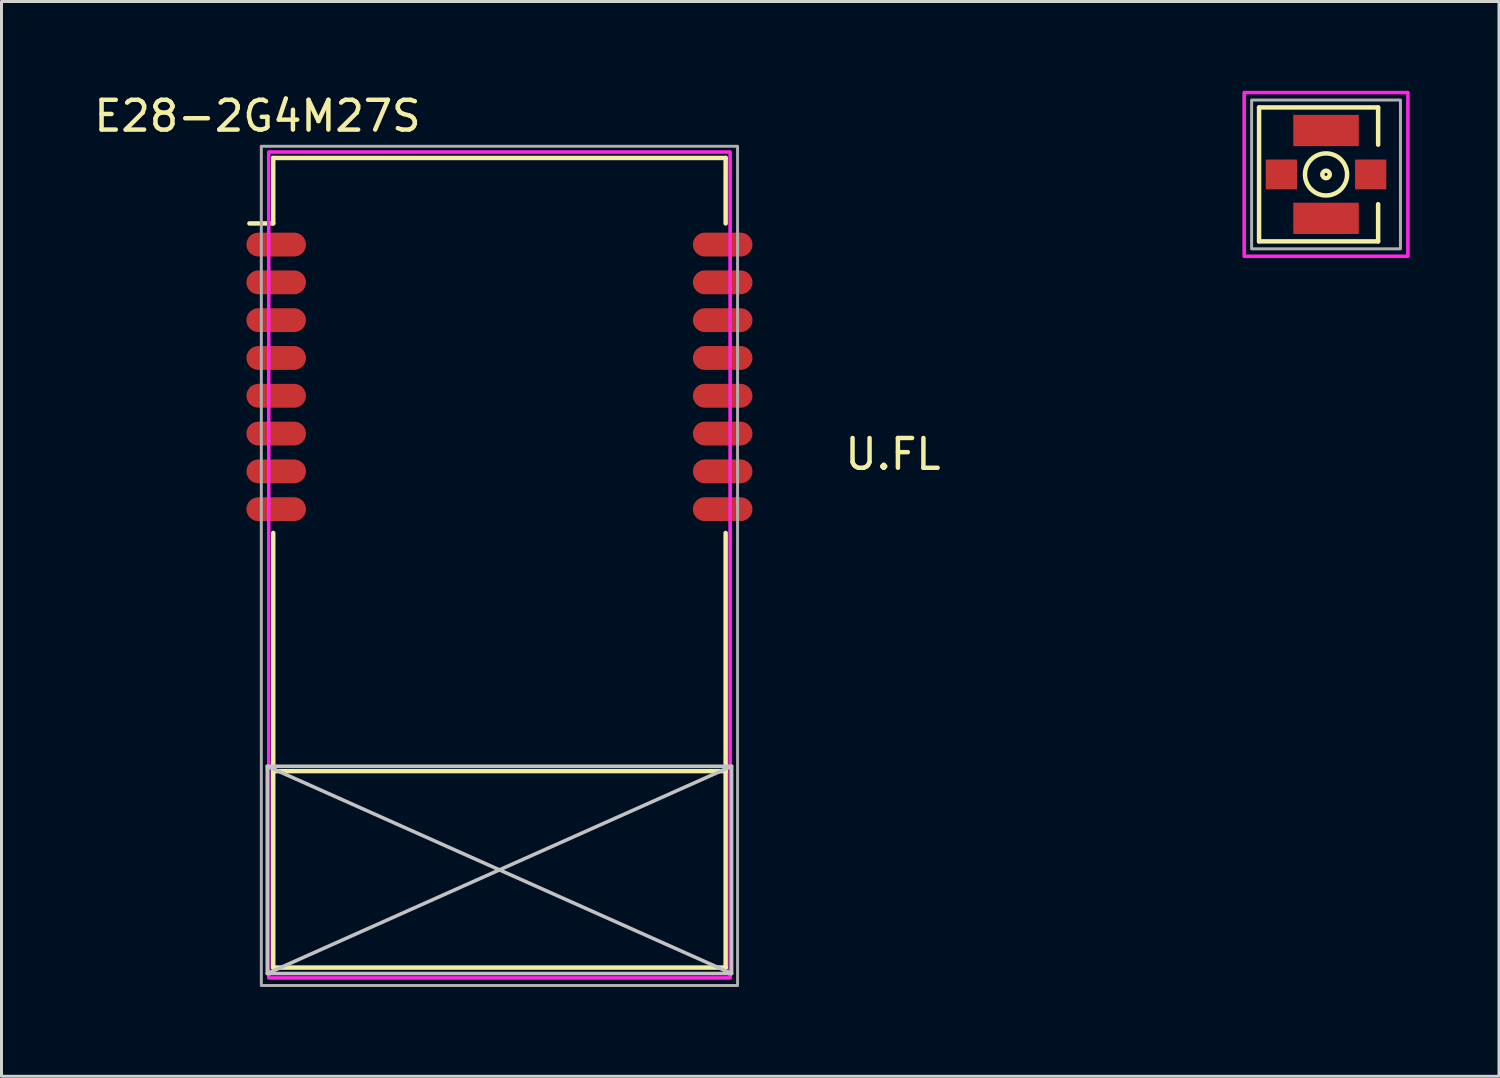
<source format=kicad_pcb>
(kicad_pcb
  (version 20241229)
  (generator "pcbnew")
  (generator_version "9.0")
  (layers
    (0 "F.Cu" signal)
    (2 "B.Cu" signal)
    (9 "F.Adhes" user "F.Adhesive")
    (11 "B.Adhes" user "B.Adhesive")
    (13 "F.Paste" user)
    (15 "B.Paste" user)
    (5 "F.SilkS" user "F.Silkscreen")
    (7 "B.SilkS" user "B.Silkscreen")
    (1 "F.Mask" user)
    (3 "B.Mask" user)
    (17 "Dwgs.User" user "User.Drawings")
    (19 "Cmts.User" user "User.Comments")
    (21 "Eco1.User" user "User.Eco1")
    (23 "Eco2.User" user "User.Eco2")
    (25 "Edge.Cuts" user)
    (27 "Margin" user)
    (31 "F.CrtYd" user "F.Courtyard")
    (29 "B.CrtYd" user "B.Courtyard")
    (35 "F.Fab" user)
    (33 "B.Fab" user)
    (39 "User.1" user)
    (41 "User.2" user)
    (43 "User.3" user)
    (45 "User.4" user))
  (footprint "E28-2G4M27S"
    (layer "F.Cu")
    (at 13.729 14.056)
    (property "Reference" "E28-2G4M27S" (at -8.128 -13.208 0) (unlocked yes) (layer "F.SilkS") (effects (font (size 1 1) (thickness 0.15))))
    (attr through_hole)
    (fp_line (start -7.6 -11.8) (end 7.6 -11.8) (stroke (width 0.15) (type solid)) (layer "F.SilkS"))
    (fp_line (start -7.6 -9.6) (end -8.4 -9.6) (stroke (width 0.15) (type solid)) (layer "F.SilkS"))
    (fp_line (start -7.6 -9.6) (end -7.6 -11.8) (stroke (width 0.15) (type solid)) (layer "F.SilkS"))
    (fp_line (start -7.6 0.8) (end -7.6 15.4) (stroke (width 0.15) (type solid)) (layer "F.SilkS"))
    (fp_line (start -7.6 15.4) (end 7.6 15.4) (stroke (width 0.15) (type solid)) (layer "F.SilkS"))
    (fp_line (start 7.6 -11.8) (end 7.6 -9.6) (stroke (width 0.15) (type solid)) (layer "F.SilkS"))
    (fp_line (start 7.6 8.8) (end -7.6 8.8) (stroke (width 0.15) (type solid)) (layer "F.SilkS"))
    (fp_line (start 7.6 15.4) (end 7.6 0.8) (stroke (width 0.15) (type solid)) (layer "F.SilkS"))
    (fp_line (start -7.8 8.636) (end 7.8 15.6) (stroke (width 0.12) (type solid)) (layer "Dwgs.User"))
    (fp_line (start 7.8 8.636) (end -7.8 15.6) (stroke (width 0.12) (type solid)) (layer "Dwgs.User"))
    (fp_rect (start -7.8 8.636) (end 7.8 15.6) (stroke (width 0.12) (type solid)) (fill no) (layer "Dwgs.User"))
    (fp_rect (start -7.75 -12) (end 7.75 15.748) (stroke (width 0.12) (type solid)) (fill no) (layer "F.CrtYd"))
    (fp_rect (start -8 -12.192) (end 8 16.002) (stroke (width 0.1) (type solid)) (fill no) (layer "F.Fab"))
    (pad "1" smd oval (at -7.5 -8.89) (size 2 0.8) (layers "F.Cu" "F.Mask" "F.Paste"))
    (pad "2" smd oval (at -7.5 -7.62) (size 2 0.8) (layers "F.Cu" "F.Mask" "F.Paste"))
    (pad "3" smd oval (at -7.5 -6.35) (size 2 0.8) (layers "F.Cu" "F.Mask" "F.Paste"))
    (pad "4" smd oval (at -7.5 -5.08) (size 2 0.8) (layers "F.Cu" "F.Mask" "F.Paste"))
    (pad "5" smd oval (at -7.5 -3.81) (size 2 0.8) (layers "F.Cu" "F.Mask" "F.Paste"))
    (pad "6" smd oval (at -7.5 -2.54) (size 2 0.8) (layers "F.Cu" "F.Mask" "F.Paste"))
    (pad "7" smd oval (at -7.5 -1.27) (size 2 0.8) (layers "F.Cu" "F.Mask" "F.Paste"))
    (pad "8" smd oval (at -7.5 0) (size 2 0.8) (layers "F.Cu" "F.Mask" "F.Paste"))
    (pad "9" smd oval (at 7.5 0) (size 2 0.8) (layers "F.Cu" "F.Mask" "F.Paste"))
    (pad "10" smd oval (at 7.5 -1.27) (size 2 0.8) (layers "F.Cu" "F.Mask" "F.Paste"))
    (pad "11" smd oval (at 7.5 -2.54) (size 2 0.8) (layers "F.Cu" "F.Mask" "F.Paste"))
    (pad "12" smd oval (at 7.5 -3.81) (size 2 0.8) (layers "F.Cu" "F.Mask" "F.Paste"))
    (pad "13" smd oval (at 7.5 -5.08) (size 2 0.8) (layers "F.Cu" "F.Mask" "F.Paste"))
    (pad "14" smd oval (at 7.5 -6.35) (size 2 0.8) (layers "F.Cu" "F.Mask" "F.Paste"))
    (pad "15" smd oval (at 7.5 -7.62) (size 2 0.8) (layers "F.Cu" "F.Mask" "F.Paste"))
    (pad "16" smd oval (at 7.5 -8.89) (size 2 0.8) (layers "F.Cu" "F.Mask" "F.Paste")))
  (footprint "U.FL"
    (layer "F.Cu")
    (at 41.499 2.81)
    (property "Reference" "U.FL" (at -14.55 9.4 0) (unlocked yes) (layer "F.SilkS") (effects (font (size 1 1) (thickness 0.15))))
    (attr through_hole)
    (fp_line (start -2.25 -2.25) (end -2.25 2.25) (stroke (width 0.15) (type solid)) (layer "F.SilkS"))
    (fp_line (start -2.25 2.25) (end 1.75 2.25) (stroke (width 0.15) (type solid)) (layer "F.SilkS"))
    (fp_line (start 1.75 -2.25) (end -2.25 -2.25) (stroke (width 0.15) (type solid)) (layer "F.SilkS"))
    (fp_line (start 1.75 -1) (end 1.75 -2.25) (stroke (width 0.15) (type solid)) (layer "F.SilkS"))
    (fp_line (start 1.75 2.25) (end 1.75 1) (stroke (width 0.15) (type solid)) (layer "F.SilkS"))
    (fp_circle (center 0 0) (end 0.125 0) (stroke (width 0.15) (type solid)) (fill no) (layer "F.SilkS"))
    (fp_circle (center 0 0) (end 0.5 -0.5) (stroke (width 0.15) (type solid)) (fill no) (layer "F.SilkS"))
    (fp_rect (start -2.75 -2.75) (end 2.75 2.75) (stroke (width 0.12) (type solid)) (fill no) (layer "F.CrtYd"))
    (fp_rect (start -2.5 -2.5) (end 2.5 2.5) (stroke (width 0.1) (type solid)) (fill no) (layer "F.Fab"))
    (pad "1" smd rect (at 1.5 0) (size 1.05 1) (layers "F.Cu" "F.Mask" "F.Paste"))
    (pad "2" smd rect (at -1.5 0) (size 1.05 1) (layers "F.Cu" "F.Mask" "F.Paste"))
    (pad "2" smd rect (at 0 -1.475) (size 2.2 1.05) (layers "F.Cu" "F.Mask" "F.Paste"))
    (pad "2" smd rect (at 0 1.475) (size 2.2 1.05) (layers "F.Cu" "F.Mask" "F.Paste")))
  (gr_rect
    (start -3 -3)
    (end 47.309 33.108)
    (stroke (width 0.1) (type default))
    (fill no)
    (layer "Edge.Cuts")))
</source>
